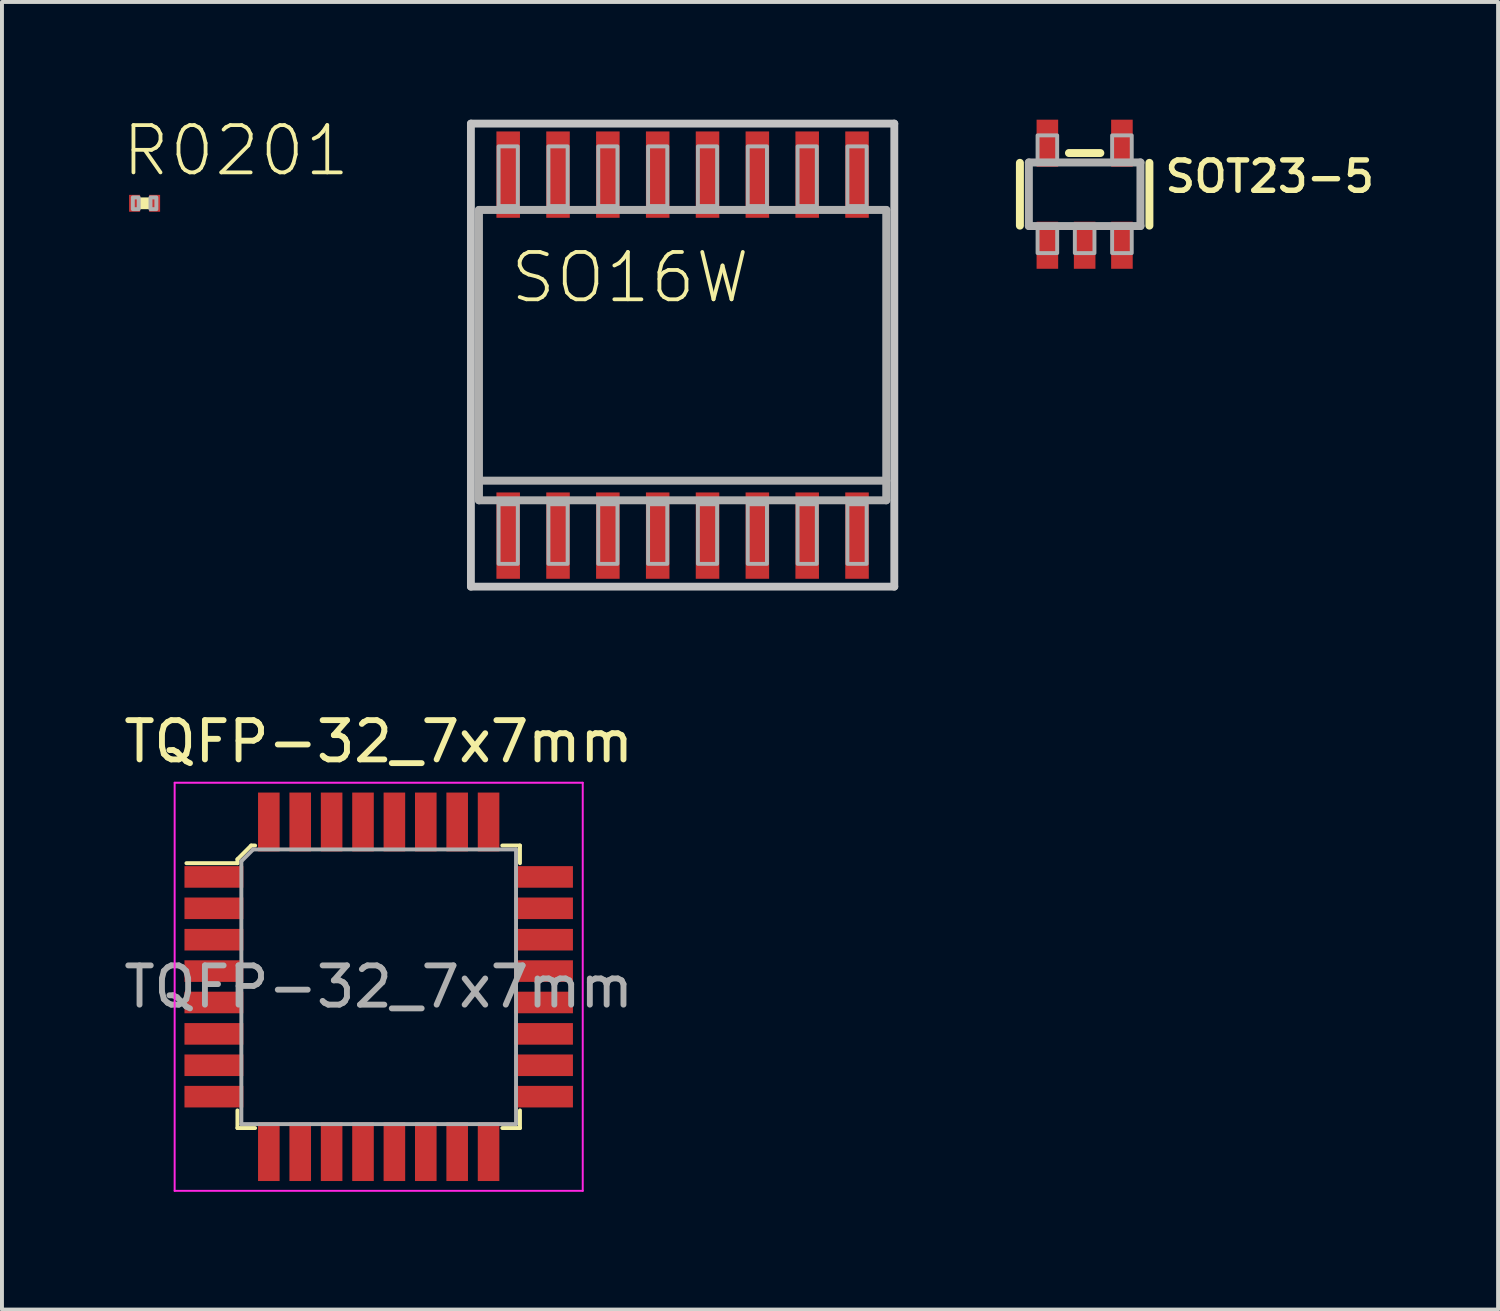
<source format=kicad_pcb>
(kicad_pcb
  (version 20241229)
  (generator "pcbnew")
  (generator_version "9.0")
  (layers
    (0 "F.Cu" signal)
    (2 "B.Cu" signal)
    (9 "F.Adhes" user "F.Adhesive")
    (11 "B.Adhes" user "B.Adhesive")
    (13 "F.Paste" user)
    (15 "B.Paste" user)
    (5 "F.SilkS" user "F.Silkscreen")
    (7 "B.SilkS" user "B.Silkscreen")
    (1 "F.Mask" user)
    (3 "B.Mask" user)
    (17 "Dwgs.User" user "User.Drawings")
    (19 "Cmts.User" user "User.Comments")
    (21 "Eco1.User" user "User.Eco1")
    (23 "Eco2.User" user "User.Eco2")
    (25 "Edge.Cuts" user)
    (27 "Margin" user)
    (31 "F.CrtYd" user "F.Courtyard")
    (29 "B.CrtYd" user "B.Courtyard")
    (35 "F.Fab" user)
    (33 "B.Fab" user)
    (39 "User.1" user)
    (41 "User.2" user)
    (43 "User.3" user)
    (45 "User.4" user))
  (footprint "SO16W"
    (layer "F.Cu")
    (at 14.346 6)
    (property "Reference" "SO16W" (at -4.445 -1.27 0) (layer "F.SilkS") (effects (font (size 1.206 1.206) (thickness 0.097)) (justify left bottom)))
    (attr through_hole)
    (fp_line (start -5.395 -5.9) (end 5.395 -5.9) (stroke (width 0.2) (type solid)) (layer "Dwgs.User"))
    (fp_line (start -5.395 5.9) (end -5.395 -5.9) (stroke (width 0.2) (type solid)) (layer "Dwgs.User"))
    (fp_line (start 5.395 -5.9) (end 5.395 5.9) (stroke (width 0.2) (type solid)) (layer "Dwgs.User"))
    (fp_line (start 5.395 5.9) (end -5.395 5.9) (stroke (width 0.2) (type solid)) (layer "Dwgs.User"))
    (fp_line (start -5.19 -3.7) (end 5.19 -3.7) (stroke (width 0.203) (type solid)) (layer "F.Fab"))
    (fp_line (start -5.19 3.2) (end -5.19 -3.7) (stroke (width 0.203) (type solid)) (layer "F.Fab"))
    (fp_line (start -5.19 3.7) (end -5.19 3.2) (stroke (width 0.203) (type solid)) (layer "F.Fab"))
    (fp_line (start 5.19 -3.7) (end 5.19 3.2) (stroke (width 0.203) (type solid)) (layer "F.Fab"))
    (fp_line (start 5.19 3.2) (end -5.19 3.2) (stroke (width 0.203) (type solid)) (layer "F.Fab"))
    (fp_line (start 5.19 3.2) (end 5.19 3.7) (stroke (width 0.203) (type solid)) (layer "F.Fab"))
    (fp_line (start 5.19 3.7) (end -5.19 3.7) (stroke (width 0.203) (type solid)) (layer "F.Fab"))
    (fp_poly (pts (xy -4.69 -3.8) (xy -4.2 -3.8) (xy -4.2 -5.32) (xy -4.69 -5.32)) (stroke (width 0.1) (type solid)) (fill no) (layer "F.Fab"))
    (fp_poly (pts (xy -4.69 5.32) (xy -4.2 5.32) (xy -4.2 3.8) (xy -4.69 3.8)) (stroke (width 0.1) (type solid)) (fill no) (layer "F.Fab"))
    (fp_poly (pts (xy -3.42 -3.8) (xy -2.93 -3.8) (xy -2.93 -5.32) (xy -3.42 -5.32)) (stroke (width 0.1) (type solid)) (fill no) (layer "F.Fab"))
    (fp_poly (pts (xy -3.42 5.32) (xy -2.93 5.32) (xy -2.93 3.8) (xy -3.42 3.8)) (stroke (width 0.1) (type solid)) (fill no) (layer "F.Fab"))
    (fp_poly (pts (xy -2.15 -3.8) (xy -1.66 -3.8) (xy -1.66 -5.32) (xy -2.15 -5.32)) (stroke (width 0.1) (type solid)) (fill no) (layer "F.Fab"))
    (fp_poly (pts (xy -2.15 5.32) (xy -1.66 5.32) (xy -1.66 3.8) (xy -2.15 3.8)) (stroke (width 0.1) (type solid)) (fill no) (layer "F.Fab"))
    (fp_poly (pts (xy -0.88 -3.8) (xy -0.39 -3.8) (xy -0.39 -5.32) (xy -0.88 -5.32)) (stroke (width 0.1) (type solid)) (fill no) (layer "F.Fab"))
    (fp_poly (pts (xy -0.88 5.32) (xy -0.39 5.32) (xy -0.39 3.8) (xy -0.88 3.8)) (stroke (width 0.1) (type solid)) (fill no) (layer "F.Fab"))
    (fp_poly (pts (xy 0.39 -3.8) (xy 0.88 -3.8) (xy 0.88 -5.32) (xy 0.39 -5.32)) (stroke (width 0.1) (type solid)) (fill no) (layer "F.Fab"))
    (fp_poly (pts (xy 0.39 5.32) (xy 0.88 5.32) (xy 0.88 3.8) (xy 0.39 3.8)) (stroke (width 0.1) (type solid)) (fill no) (layer "F.Fab"))
    (fp_poly (pts (xy 1.66 -3.8) (xy 2.15 -3.8) (xy 2.15 -5.32) (xy 1.66 -5.32)) (stroke (width 0.1) (type solid)) (fill no) (layer "F.Fab"))
    (fp_poly (pts (xy 1.66 5.32) (xy 2.15 5.32) (xy 2.15 3.8) (xy 1.66 3.8)) (stroke (width 0.1) (type solid)) (fill no) (layer "F.Fab"))
    (fp_poly (pts (xy 2.93 -3.8) (xy 3.42 -3.8) (xy 3.42 -5.32) (xy 2.93 -5.32)) (stroke (width 0.1) (type solid)) (fill no) (layer "F.Fab"))
    (fp_poly (pts (xy 2.93 5.32) (xy 3.42 5.32) (xy 3.42 3.8) (xy 2.93 3.8)) (stroke (width 0.1) (type solid)) (fill no) (layer "F.Fab"))
    (fp_poly (pts (xy 4.2 -3.8) (xy 4.69 -3.8) (xy 4.69 -5.32) (xy 4.2 -5.32)) (stroke (width 0.1) (type solid)) (fill no) (layer "F.Fab"))
    (fp_poly (pts (xy 4.2 5.32) (xy 4.69 5.32) (xy 4.69 3.8) (xy 4.2 3.8)) (stroke (width 0.1) (type solid)) (fill no) (layer "F.Fab"))
    (pad "1" smd rect (at -4.445 4.6) (size 0.6 2.2) (layers "F.Cu" "F.Mask" "F.Paste"))
    (pad "2" smd rect (at -3.175 4.6) (size 0.6 2.2) (layers "F.Cu" "F.Mask" "F.Paste"))
    (pad "3" smd rect (at -1.905 4.6) (size 0.6 2.2) (layers "F.Cu" "F.Mask" "F.Paste"))
    (pad "4" smd rect (at -0.635 4.6) (size 0.6 2.2) (layers "F.Cu" "F.Mask" "F.Paste"))
    (pad "5" smd rect (at 0.635 4.6) (size 0.6 2.2) (layers "F.Cu" "F.Mask" "F.Paste"))
    (pad "6" smd rect (at 1.905 4.6) (size 0.6 2.2) (layers "F.Cu" "F.Mask" "F.Paste"))
    (pad "7" smd rect (at 3.175 4.6) (size 0.6 2.2) (layers "F.Cu" "F.Mask" "F.Paste"))
    (pad "8" smd rect (at 4.445 4.6) (size 0.6 2.2) (layers "F.Cu" "F.Mask" "F.Paste"))
    (pad "9" smd rect (at 4.445 -4.6) (size 0.6 2.2) (layers "F.Cu" "F.Mask" "F.Paste"))
    (pad "10" smd rect (at 3.175 -4.6) (size 0.6 2.2) (layers "F.Cu" "F.Mask" "F.Paste"))
    (pad "11" smd rect (at 1.905 -4.6) (size 0.6 2.2) (layers "F.Cu" "F.Mask" "F.Paste"))
    (pad "12" smd rect (at 0.635 -4.6) (size 0.6 2.2) (layers "F.Cu" "F.Mask" "F.Paste"))
    (pad "13" smd rect (at -0.635 -4.6) (size 0.6 2.2) (layers "F.Cu" "F.Mask" "F.Paste"))
    (pad "14" smd rect (at -1.905 -4.6) (size 0.6 2.2) (layers "F.Cu" "F.Mask" "F.Paste"))
    (pad "15" smd rect (at -3.175 -4.6) (size 0.6 2.2) (layers "F.Cu" "F.Mask" "F.Paste"))
    (pad "16" smd rect (at -4.445 -4.6) (size 0.6 2.2) (layers "F.Cu" "F.Mask" "F.Paste")))
  (footprint "SOT23-5"
    (layer "F.Cu")
    (at 24.592 1.9)
    (property "Reference" "SOT23-5" (at 1.978 0 180) (layer "F.SilkS") (effects (font (size 0.772 0.772) (thickness 0.139)) (justify left bottom)))
    (attr through_hole)
    (fp_line (start -1.65 -0.8) (end -1.65 0.8) (stroke (width 0.203) (type solid)) (layer "F.SilkS"))
    (fp_line (start -0.4 -1.05) (end 0.4 -1.05) (stroke (width 0.203) (type solid)) (layer "F.SilkS"))
    (fp_line (start 1.65 -0.8) (end 1.65 0.8) (stroke (width 0.203) (type solid)) (layer "F.SilkS"))
    (fp_line (start -1.422 -0.81) (end 1.422 -0.81) (stroke (width 0.203) (type solid)) (layer "F.Fab"))
    (fp_line (start -1.422 0.81) (end -1.422 -0.81) (stroke (width 0.203) (type solid)) (layer "F.Fab"))
    (fp_line (start 1.422 -0.81) (end 1.422 0.81) (stroke (width 0.203) (type solid)) (layer "F.Fab"))
    (fp_line (start 1.422 0.81) (end -1.422 0.81) (stroke (width 0.203) (type solid)) (layer "F.Fab"))
    (fp_poly (pts (xy -1.2 -0.85) (xy -0.7 -0.85) (xy -0.7 -1.5) (xy -1.2 -1.5)) (stroke (width 0.1) (type solid)) (fill no) (layer "F.Fab"))
    (fp_poly (pts (xy -1.2 1.5) (xy -0.7 1.5) (xy -0.7 0.85) (xy -1.2 0.85)) (stroke (width 0.1) (type solid)) (fill no) (layer "F.Fab"))
    (fp_poly (pts (xy -0.25 1.5) (xy 0.25 1.5) (xy 0.25 0.85) (xy -0.25 0.85)) (stroke (width 0.1) (type solid)) (fill no) (layer "F.Fab"))
    (fp_poly (pts (xy 0.7 -0.85) (xy 1.2 -0.85) (xy 1.2 -1.5) (xy 0.7 -1.5)) (stroke (width 0.1) (type solid)) (fill no) (layer "F.Fab"))
    (fp_poly (pts (xy 0.7 1.5) (xy 1.2 1.5) (xy 1.2 0.85) (xy 0.7 0.85)) (stroke (width 0.1) (type solid)) (fill no) (layer "F.Fab"))
    (pad "1" smd rect (at -0.95 1.3) (size 0.55 1.2) (layers "F.Cu" "F.Mask" "F.Paste"))
    (pad "2" smd rect (at 0 1.3) (size 0.55 1.2) (layers "F.Cu" "F.Mask" "F.Paste"))
    (pad "3" smd rect (at 0.95 1.3) (size 0.55 1.2) (layers "F.Cu" "F.Mask" "F.Paste"))
    (pad "4" smd rect (at 0.95 -1.3) (size 0.55 1.2) (layers "F.Cu" "F.Mask" "F.Paste"))
    (pad "5" smd rect (at -0.95 -1.3) (size 0.55 1.2) (layers "F.Cu" "F.Mask" "F.Paste")))
  (footprint "R0201"
    (layer "F.Cu")
    (at 0.635 2.131)
    (property "Reference" "R0201" (at -0.635 -0.635 180) (layer "F.SilkS") (effects (font (size 1.206 1.206) (thickness 0.097)) (justify left bottom)))
    (attr through_hole)
    (fp_poly (pts (xy -0.15 0.15) (xy 0.15 0.15) (xy 0.15 -0.15) (xy -0.15 -0.15)) (stroke (width 0) (type solid)) (fill yes) (layer "F.SilkS"))
    (fp_poly (pts (xy -0.3 0.15) (xy -0.15 0.15) (xy -0.15 -0.15) (xy -0.3 -0.15)) (stroke (width 0.1) (type solid)) (fill no) (layer "F.Fab"))
    (fp_poly (pts (xy 0.15 0.15) (xy 0.3 0.15) (xy 0.3 -0.15) (xy 0.15 -0.15)) (stroke (width 0.1) (type solid)) (fill no) (layer "F.Fab"))
    (pad "1" smd rect (at -0.255 0) (size 0.28 0.43) (layers "F.Cu" "F.Mask" "F.Paste"))
    (pad "2" smd rect (at 0.255 0) (size 0.28 0.43) (layers "F.Cu" "F.Mask" "F.Paste")))
  (footprint "TQFP-32_7x7mm"
    (layer "F.Cu")
    (at 6.601 22.098)
    (property "Reference" "TQFP-32_7x7mm" (at 0 -6.25 0) (layer "F.SilkS") (effects (font (size 1 1) (thickness 0.15))))
    (attr smd)
    (fp_line (start -3.6 -3.25) (end -3.6 -3.15) (stroke (width 0.1) (type solid)) (layer "F.SilkS"))
    (fp_line (start -3.6 -3.15) (end -4.9 -3.15) (stroke (width 0.1) (type solid)) (layer "F.SilkS"))
    (fp_line (start -3.6 3.6) (end -3.6 3.15) (stroke (width 0.1) (type solid)) (layer "F.SilkS"))
    (fp_line (start -3.6 3.6) (end -3.15 3.6) (stroke (width 0.1) (type solid)) (layer "F.SilkS"))
    (fp_line (start -3.25 -3.6) (end -3.6 -3.25) (stroke (width 0.1) (type solid)) (layer "F.SilkS"))
    (fp_line (start -3.15 -3.6) (end -3.25 -3.6) (stroke (width 0.1) (type solid)) (layer "F.SilkS"))
    (fp_line (start 3.6 -3.6) (end 3.15 -3.6) (stroke (width 0.1) (type solid)) (layer "F.SilkS"))
    (fp_line (start 3.6 -3.6) (end 3.6 -3.15) (stroke (width 0.1) (type solid)) (layer "F.SilkS"))
    (fp_line (start 3.6 3.6) (end 3.15 3.6) (stroke (width 0.1) (type solid)) (layer "F.SilkS"))
    (fp_line (start 3.6 3.6) (end 3.6 3.15) (stroke (width 0.1) (type solid)) (layer "F.SilkS"))
    (fp_line (start -5.2 -5.2) (end -5.2 5.2) (stroke (width 0.05) (type solid)) (layer "F.CrtYd"))
    (fp_line (start -5.2 -5.2) (end 5.2 -5.2) (stroke (width 0.05) (type solid)) (layer "F.CrtYd"))
    (fp_line (start -5.2 5.2) (end 5.2 5.2) (stroke (width 0.05) (type solid)) (layer "F.CrtYd"))
    (fp_line (start 5.2 -5.2) (end 5.2 5.2) (stroke (width 0.05) (type solid)) (layer "F.CrtYd"))
    (fp_line (start -3.5 -3.2) (end -3.5 3.5) (stroke (width 0.1) (type solid)) (layer "F.Fab"))
    (fp_line (start -3.5 -3.2) (end -3.2 -3.5) (stroke (width 0.1) (type solid)) (layer "F.Fab"))
    (fp_line (start -3.5 3.5) (end 3.5 3.5) (stroke (width 0.1) (type solid)) (layer "F.Fab"))
    (fp_line (start -3.2 -3.5) (end 3.5 -3.5) (stroke (width 0.1) (type solid)) (layer "F.Fab"))
    (fp_line (start 3.5 -3.5) (end 3.5 3.5) (stroke (width 0.1) (type solid)) (layer "F.Fab"))
    (fp_text user "${REFERENCE}" (at 0 0 0) (layer "F.Fab") (effects (font (size 1 1) (thickness 0.15))))
    (pad "1" smd rect (at -4.2 -2.8) (size 1.5 0.55) (layers "F.Cu" "F.Mask" "F.Paste"))
    (pad "2" smd rect (at -4.2 -2) (size 1.5 0.55) (layers "F.Cu" "F.Mask" "F.Paste"))
    (pad "3" smd rect (at -4.2 -1.2) (size 1.5 0.55) (layers "F.Cu" "F.Mask" "F.Paste"))
    (pad "4" smd rect (at -4.2 -0.4) (size 1.5 0.55) (layers "F.Cu" "F.Mask" "F.Paste"))
    (pad "5" smd rect (at -4.2 0.4) (size 1.5 0.55) (layers "F.Cu" "F.Mask" "F.Paste"))
    (pad "6" smd rect (at -4.2 1.2) (size 1.5 0.55) (layers "F.Cu" "F.Mask" "F.Paste"))
    (pad "7" smd rect (at -4.2 2) (size 1.5 0.55) (layers "F.Cu" "F.Mask" "F.Paste"))
    (pad "8" smd rect (at -4.2 2.8) (size 1.5 0.55) (layers "F.Cu" "F.Mask" "F.Paste"))
    (pad "9" smd rect (at -2.8 4.2) (size 0.55 1.5) (layers "F.Cu" "F.Mask" "F.Paste"))
    (pad "10" smd rect (at -2 4.2) (size 0.55 1.5) (layers "F.Cu" "F.Mask" "F.Paste"))
    (pad "11" smd rect (at -1.2 4.2) (size 0.55 1.5) (layers "F.Cu" "F.Mask" "F.Paste"))
    (pad "12" smd rect (at -0.4 4.2) (size 0.55 1.5) (layers "F.Cu" "F.Mask" "F.Paste"))
    (pad "13" smd rect (at 0.4 4.2) (size 0.55 1.5) (layers "F.Cu" "F.Mask" "F.Paste"))
    (pad "14" smd rect (at 1.2 4.2) (size 0.55 1.5) (layers "F.Cu" "F.Mask" "F.Paste"))
    (pad "15" smd rect (at 2 4.2) (size 0.55 1.5) (layers "F.Cu" "F.Mask" "F.Paste"))
    (pad "16" smd rect (at 2.8 4.2) (size 0.55 1.5) (layers "F.Cu" "F.Mask" "F.Paste"))
    (pad "17" smd rect (at 4.2 2.8) (size 1.5 0.55) (layers "F.Cu" "F.Mask" "F.Paste"))
    (pad "18" smd rect (at 4.2 2) (size 1.5 0.55) (layers "F.Cu" "F.Mask" "F.Paste"))
    (pad "19" smd rect (at 4.2 1.2) (size 1.5 0.55) (layers "F.Cu" "F.Mask" "F.Paste"))
    (pad "20" smd rect (at 4.2 0.4) (size 1.5 0.55) (layers "F.Cu" "F.Mask" "F.Paste"))
    (pad "21" smd rect (at 4.2 -0.4) (size 1.5 0.55) (layers "F.Cu" "F.Mask" "F.Paste"))
    (pad "22" smd rect (at 4.2 -1.2) (size 1.5 0.55) (layers "F.Cu" "F.Mask" "F.Paste"))
    (pad "23" smd rect (at 4.2 -2) (size 1.5 0.55) (layers "F.Cu" "F.Mask" "F.Paste"))
    (pad "24" smd rect (at 4.2 -2.8) (size 1.5 0.55) (layers "F.Cu" "F.Mask" "F.Paste"))
    (pad "25" smd rect (at 2.8 -4.2) (size 0.55 1.5) (layers "F.Cu" "F.Mask" "F.Paste"))
    (pad "26" smd rect (at 2 -4.2) (size 0.55 1.5) (layers "F.Cu" "F.Mask" "F.Paste"))
    (pad "27" smd rect (at 1.2 -4.2) (size 0.55 1.5) (layers "F.Cu" "F.Mask" "F.Paste"))
    (pad "28" smd rect (at 0.4 -4.2) (size 0.55 1.5) (layers "F.Cu" "F.Mask" "F.Paste"))
    (pad "29" smd rect (at -0.4 -4.2) (size 0.55 1.5) (layers "F.Cu" "F.Mask" "F.Paste"))
    (pad "30" smd rect (at -1.2 -4.2) (size 0.55 1.5) (layers "F.Cu" "F.Mask" "F.Paste"))
    (pad "31" smd rect (at -2 -4.2) (size 0.55 1.5) (layers "F.Cu" "F.Mask" "F.Paste"))
    (pad "32" smd rect (at -2.8 -4.2) (size 0.55 1.5) (layers "F.Cu" "F.Mask" "F.Paste")))
  (gr_rect
    (start -3 -3)
    (end 35.128 30.323)
    (stroke (width 0.1) (type default))
    (fill no)
    (layer "Edge.Cuts")))
</source>
